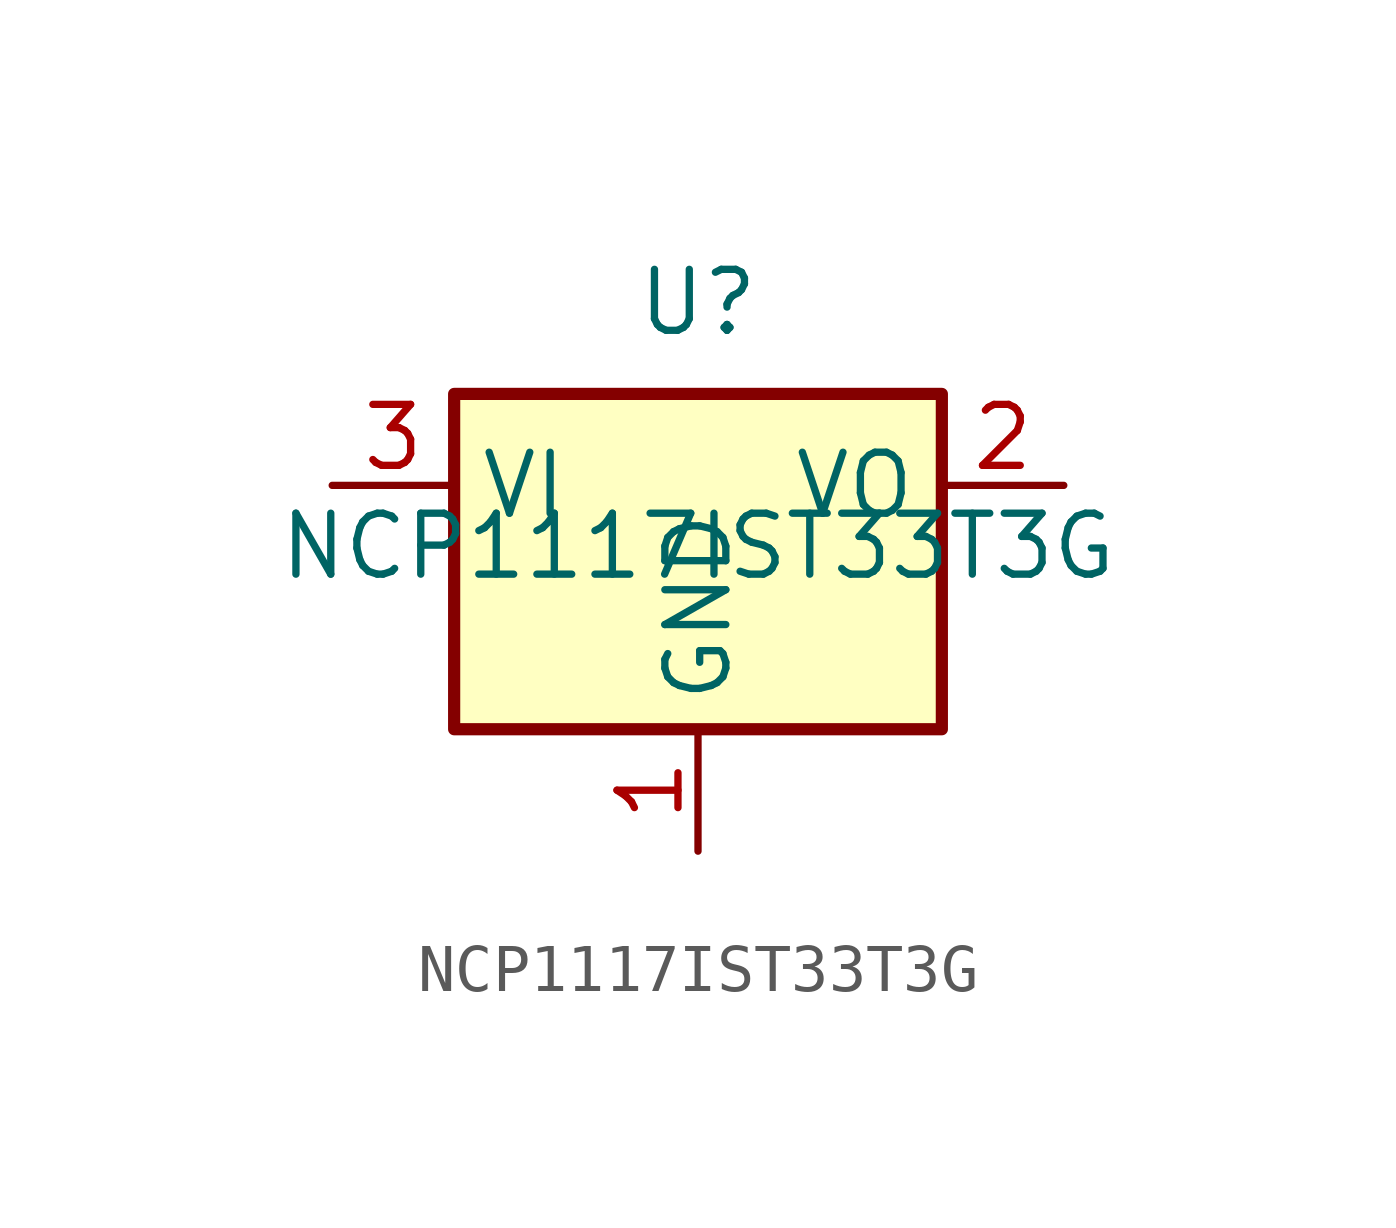
<source format=kicad_sym>
(kicad_symbol_lib
  (version 20241209)
  (generator "kicad_symbol_editor")
  (generator_version "9.0")
  (symbol "NCP1117IST33T3G"
    (property "Reference" "U"
      (at 0 5.08 0)
      (effects (font (size 1.27 1.27))))
    (property "Value" "NCP1117IST33T3G"
      (at 0 0 0)
      (effects (font (size 1.27 1.27))))
    (symbol "NCP1117IST33T3G_0_1"
      (rectangle (start -5.08 -3.81) (end 5.08 3.175) (stroke (width 0.254) (type default)) (fill (type background))))
    (symbol "NCP1117IST33T3G_1_1"
      (pin power_in line (at -7.62 1.27 0) (length 2.54) (name "VI" (effects (font (size 1.27 1.27)))) (number "3" (effects (font (size 1.27 1.27)))))
      (pin power_in line (at 0 -6.35 90) (length 2.54) (name "GND" (effects (font (size 1.27 1.27)))) (number "1" (effects (font (size 1.27 1.27)))))
      (pin power_out line (at 7.62 1.27 180) (length 2.54) (name "VO" (effects (font (size 1.27 1.27)))) (number "2" (effects (font (size 1.27 1.27))))))))
</source>
